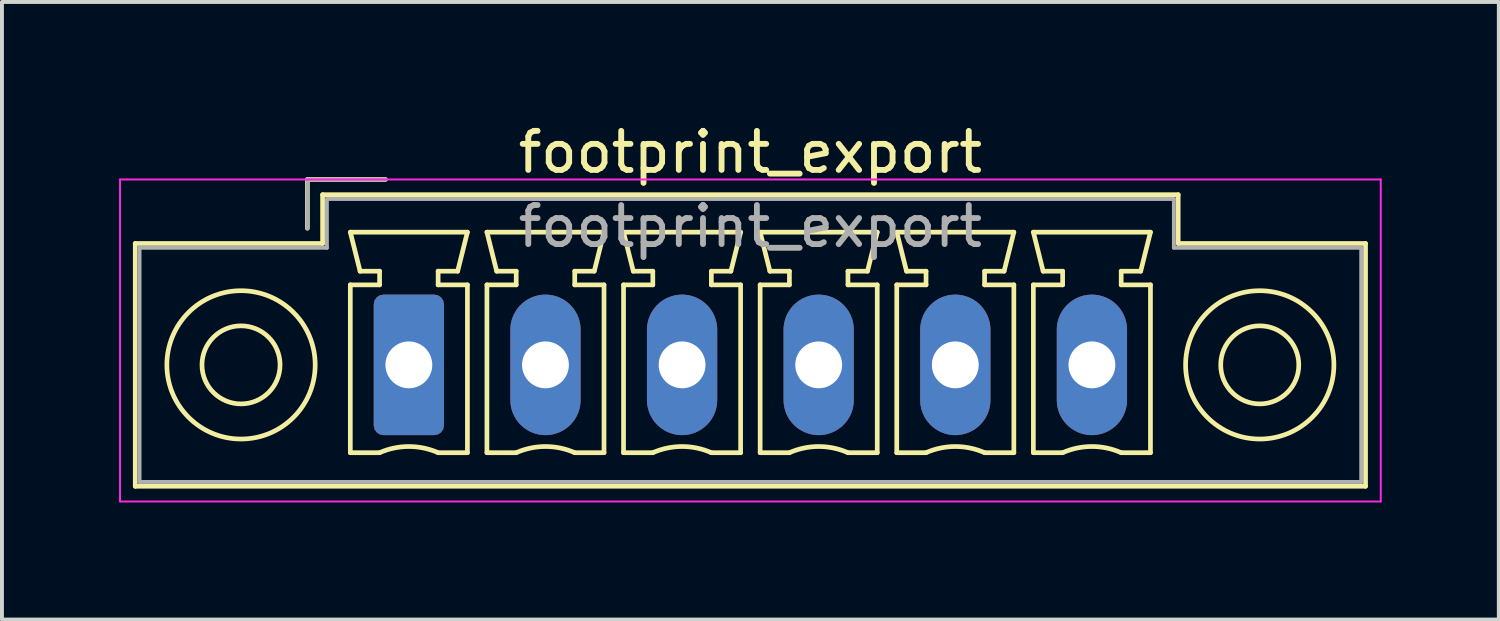
<source format=kicad_pcb>
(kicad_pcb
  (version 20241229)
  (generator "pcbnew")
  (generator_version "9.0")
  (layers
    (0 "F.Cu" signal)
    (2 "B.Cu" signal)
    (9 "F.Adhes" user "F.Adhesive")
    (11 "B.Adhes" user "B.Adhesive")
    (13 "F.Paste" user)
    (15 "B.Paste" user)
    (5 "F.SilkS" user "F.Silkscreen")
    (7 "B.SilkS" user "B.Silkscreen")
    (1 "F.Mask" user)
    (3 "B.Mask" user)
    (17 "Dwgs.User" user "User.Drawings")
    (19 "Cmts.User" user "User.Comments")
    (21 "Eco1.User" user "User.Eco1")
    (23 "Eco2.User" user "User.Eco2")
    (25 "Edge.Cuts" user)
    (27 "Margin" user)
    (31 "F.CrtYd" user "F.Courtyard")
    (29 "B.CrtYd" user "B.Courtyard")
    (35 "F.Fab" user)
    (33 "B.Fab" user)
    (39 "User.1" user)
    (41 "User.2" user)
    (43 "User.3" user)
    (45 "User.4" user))
  (footprint "footprint_export"
    (layer "F.Cu")
    (at 7.425 6.298)
    (property "Reference" "footprint_export" (at 8.75 -5.45 0) (layer "F.SilkS") (effects (font (size 1 1) (thickness 0.15))))
    (attr through_hole)
    (fp_line (start -7.01 -3.11) (end -7.01 3.11) (stroke (width 0.12) (type solid)) (layer "F.SilkS"))
    (fp_line (start -7.01 3.11) (end 24.51 3.11) (stroke (width 0.12) (type solid)) (layer "F.SilkS"))
    (fp_line (start -2.6 -4.75) (end -0.6 -4.75) (stroke (width 0.12) (type solid)) (layer "F.SilkS"))
    (fp_line (start -2.6 -3.5) (end -2.6 -4.75) (stroke (width 0.12) (type solid)) (layer "F.SilkS"))
    (fp_line (start -2.21 -4.36) (end -2.21 -3.11) (stroke (width 0.12) (type solid)) (layer "F.SilkS"))
    (fp_line (start -2.21 -3.11) (end -7.01 -3.11) (stroke (width 0.12) (type solid)) (layer "F.SilkS"))
    (fp_line (start -1.5 -3.4) (end 1.5 -3.4) (stroke (width 0.12) (type solid)) (layer "F.SilkS"))
    (fp_line (start -1.5 -2.05) (end -0.75 -2.05) (stroke (width 0.12) (type solid)) (layer "F.SilkS"))
    (fp_line (start -1.5 2.25) (end -1.5 -2.05) (stroke (width 0.12) (type solid)) (layer "F.SilkS"))
    (fp_line (start -1.25 -2.4) (end -1.5 -3.4) (stroke (width 0.12) (type solid)) (layer "F.SilkS"))
    (fp_line (start -0.75 -2.4) (end -1.25 -2.4) (stroke (width 0.12) (type solid)) (layer "F.SilkS"))
    (fp_line (start -0.75 -2.05) (end -0.75 -2.4) (stroke (width 0.12) (type solid)) (layer "F.SilkS"))
    (fp_line (start -0.75 2.25) (end -1.5 2.25) (stroke (width 0.12) (type solid)) (layer "F.SilkS"))
    (fp_line (start 0.75 -2.4) (end 0.75 -2.05) (stroke (width 0.12) (type solid)) (layer "F.SilkS"))
    (fp_line (start 0.75 -2.05) (end 1.5 -2.05) (stroke (width 0.12) (type solid)) (layer "F.SilkS"))
    (fp_line (start 1.25 -2.4) (end 0.75 -2.4) (stroke (width 0.12) (type solid)) (layer "F.SilkS"))
    (fp_line (start 1.5 -3.4) (end 1.25 -2.4) (stroke (width 0.12) (type solid)) (layer "F.SilkS"))
    (fp_line (start 1.5 -2.05) (end 1.5 2.25) (stroke (width 0.12) (type solid)) (layer "F.SilkS"))
    (fp_line (start 1.5 2.25) (end 0.75 2.25) (stroke (width 0.12) (type solid)) (layer "F.SilkS"))
    (fp_line (start 2 -3.4) (end 5 -3.4) (stroke (width 0.12) (type solid)) (layer "F.SilkS"))
    (fp_line (start 2 -2.05) (end 2.75 -2.05) (stroke (width 0.12) (type solid)) (layer "F.SilkS"))
    (fp_line (start 2 2.25) (end 2 -2.05) (stroke (width 0.12) (type solid)) (layer "F.SilkS"))
    (fp_line (start 2.25 -2.4) (end 2 -3.4) (stroke (width 0.12) (type solid)) (layer "F.SilkS"))
    (fp_line (start 2.75 -2.4) (end 2.25 -2.4) (stroke (width 0.12) (type solid)) (layer "F.SilkS"))
    (fp_line (start 2.75 -2.05) (end 2.75 -2.4) (stroke (width 0.12) (type solid)) (layer "F.SilkS"))
    (fp_line (start 2.75 2.25) (end 2 2.25) (stroke (width 0.12) (type solid)) (layer "F.SilkS"))
    (fp_line (start 4.25 -2.4) (end 4.25 -2.05) (stroke (width 0.12) (type solid)) (layer "F.SilkS"))
    (fp_line (start 4.25 -2.05) (end 5 -2.05) (stroke (width 0.12) (type solid)) (layer "F.SilkS"))
    (fp_line (start 4.75 -2.4) (end 4.25 -2.4) (stroke (width 0.12) (type solid)) (layer "F.SilkS"))
    (fp_line (start 5 -3.4) (end 4.75 -2.4) (stroke (width 0.12) (type solid)) (layer "F.SilkS"))
    (fp_line (start 5 -2.05) (end 5 2.25) (stroke (width 0.12) (type solid)) (layer "F.SilkS"))
    (fp_line (start 5 2.25) (end 4.25 2.25) (stroke (width 0.12) (type solid)) (layer "F.SilkS"))
    (fp_line (start 5.5 -3.4) (end 8.5 -3.4) (stroke (width 0.12) (type solid)) (layer "F.SilkS"))
    (fp_line (start 5.5 -2.05) (end 6.25 -2.05) (stroke (width 0.12) (type solid)) (layer "F.SilkS"))
    (fp_line (start 5.5 2.25) (end 5.5 -2.05) (stroke (width 0.12) (type solid)) (layer "F.SilkS"))
    (fp_line (start 5.75 -2.4) (end 5.5 -3.4) (stroke (width 0.12) (type solid)) (layer "F.SilkS"))
    (fp_line (start 6.25 -2.4) (end 5.75 -2.4) (stroke (width 0.12) (type solid)) (layer "F.SilkS"))
    (fp_line (start 6.25 -2.05) (end 6.25 -2.4) (stroke (width 0.12) (type solid)) (layer "F.SilkS"))
    (fp_line (start 6.25 2.25) (end 5.5 2.25) (stroke (width 0.12) (type solid)) (layer "F.SilkS"))
    (fp_line (start 7.75 -2.4) (end 7.75 -2.05) (stroke (width 0.12) (type solid)) (layer "F.SilkS"))
    (fp_line (start 7.75 -2.05) (end 8.5 -2.05) (stroke (width 0.12) (type solid)) (layer "F.SilkS"))
    (fp_line (start 8.25 -2.4) (end 7.75 -2.4) (stroke (width 0.12) (type solid)) (layer "F.SilkS"))
    (fp_line (start 8.5 -3.4) (end 8.25 -2.4) (stroke (width 0.12) (type solid)) (layer "F.SilkS"))
    (fp_line (start 8.5 -2.05) (end 8.5 2.25) (stroke (width 0.12) (type solid)) (layer "F.SilkS"))
    (fp_line (start 8.5 2.25) (end 7.75 2.25) (stroke (width 0.12) (type solid)) (layer "F.SilkS"))
    (fp_line (start 9 -3.4) (end 12 -3.4) (stroke (width 0.12) (type solid)) (layer "F.SilkS"))
    (fp_line (start 9 -2.05) (end 9.75 -2.05) (stroke (width 0.12) (type solid)) (layer "F.SilkS"))
    (fp_line (start 9 2.25) (end 9 -2.05) (stroke (width 0.12) (type solid)) (layer "F.SilkS"))
    (fp_line (start 9.25 -2.4) (end 9 -3.4) (stroke (width 0.12) (type solid)) (layer "F.SilkS"))
    (fp_line (start 9.75 -2.4) (end 9.25 -2.4) (stroke (width 0.12) (type solid)) (layer "F.SilkS"))
    (fp_line (start 9.75 -2.05) (end 9.75 -2.4) (stroke (width 0.12) (type solid)) (layer "F.SilkS"))
    (fp_line (start 9.75 2.25) (end 9 2.25) (stroke (width 0.12) (type solid)) (layer "F.SilkS"))
    (fp_line (start 11.25 -2.4) (end 11.25 -2.05) (stroke (width 0.12) (type solid)) (layer "F.SilkS"))
    (fp_line (start 11.25 -2.05) (end 12 -2.05) (stroke (width 0.12) (type solid)) (layer "F.SilkS"))
    (fp_line (start 11.75 -2.4) (end 11.25 -2.4) (stroke (width 0.12) (type solid)) (layer "F.SilkS"))
    (fp_line (start 12 -3.4) (end 11.75 -2.4) (stroke (width 0.12) (type solid)) (layer "F.SilkS"))
    (fp_line (start 12 -2.05) (end 12 2.25) (stroke (width 0.12) (type solid)) (layer "F.SilkS"))
    (fp_line (start 12 2.25) (end 11.25 2.25) (stroke (width 0.12) (type solid)) (layer "F.SilkS"))
    (fp_line (start 12.5 -3.4) (end 15.5 -3.4) (stroke (width 0.12) (type solid)) (layer "F.SilkS"))
    (fp_line (start 12.5 -2.05) (end 13.25 -2.05) (stroke (width 0.12) (type solid)) (layer "F.SilkS"))
    (fp_line (start 12.5 2.25) (end 12.5 -2.05) (stroke (width 0.12) (type solid)) (layer "F.SilkS"))
    (fp_line (start 12.75 -2.4) (end 12.5 -3.4) (stroke (width 0.12) (type solid)) (layer "F.SilkS"))
    (fp_line (start 13.25 -2.4) (end 12.75 -2.4) (stroke (width 0.12) (type solid)) (layer "F.SilkS"))
    (fp_line (start 13.25 -2.05) (end 13.25 -2.4) (stroke (width 0.12) (type solid)) (layer "F.SilkS"))
    (fp_line (start 13.25 2.25) (end 12.5 2.25) (stroke (width 0.12) (type solid)) (layer "F.SilkS"))
    (fp_line (start 14.75 -2.4) (end 14.75 -2.05) (stroke (width 0.12) (type solid)) (layer "F.SilkS"))
    (fp_line (start 14.75 -2.05) (end 15.5 -2.05) (stroke (width 0.12) (type solid)) (layer "F.SilkS"))
    (fp_line (start 15.25 -2.4) (end 14.75 -2.4) (stroke (width 0.12) (type solid)) (layer "F.SilkS"))
    (fp_line (start 15.5 -3.4) (end 15.25 -2.4) (stroke (width 0.12) (type solid)) (layer "F.SilkS"))
    (fp_line (start 15.5 -2.05) (end 15.5 2.25) (stroke (width 0.12) (type solid)) (layer "F.SilkS"))
    (fp_line (start 15.5 2.25) (end 14.75 2.25) (stroke (width 0.12) (type solid)) (layer "F.SilkS"))
    (fp_line (start 16 -3.4) (end 19 -3.4) (stroke (width 0.12) (type solid)) (layer "F.SilkS"))
    (fp_line (start 16 -2.05) (end 16.75 -2.05) (stroke (width 0.12) (type solid)) (layer "F.SilkS"))
    (fp_line (start 16 2.25) (end 16 -2.05) (stroke (width 0.12) (type solid)) (layer "F.SilkS"))
    (fp_line (start 16.25 -2.4) (end 16 -3.4) (stroke (width 0.12) (type solid)) (layer "F.SilkS"))
    (fp_line (start 16.75 -2.4) (end 16.25 -2.4) (stroke (width 0.12) (type solid)) (layer "F.SilkS"))
    (fp_line (start 16.75 -2.05) (end 16.75 -2.4) (stroke (width 0.12) (type solid)) (layer "F.SilkS"))
    (fp_line (start 16.75 2.25) (end 16 2.25) (stroke (width 0.12) (type solid)) (layer "F.SilkS"))
    (fp_line (start 18.25 -2.4) (end 18.25 -2.05) (stroke (width 0.12) (type solid)) (layer "F.SilkS"))
    (fp_line (start 18.25 -2.05) (end 19 -2.05) (stroke (width 0.12) (type solid)) (layer "F.SilkS"))
    (fp_line (start 18.75 -2.4) (end 18.25 -2.4) (stroke (width 0.12) (type solid)) (layer "F.SilkS"))
    (fp_line (start 19 -3.4) (end 18.75 -2.4) (stroke (width 0.12) (type solid)) (layer "F.SilkS"))
    (fp_line (start 19 -2.05) (end 19 2.25) (stroke (width 0.12) (type solid)) (layer "F.SilkS"))
    (fp_line (start 19 2.25) (end 18.25 2.25) (stroke (width 0.12) (type solid)) (layer "F.SilkS"))
    (fp_line (start 19.71 -4.36) (end -2.21 -4.36) (stroke (width 0.12) (type solid)) (layer "F.SilkS"))
    (fp_line (start 19.71 -3.11) (end 19.71 -4.36) (stroke (width 0.12) (type solid)) (layer "F.SilkS"))
    (fp_line (start 24.51 -3.11) (end 19.71 -3.11) (stroke (width 0.12) (type solid)) (layer "F.SilkS"))
    (fp_line (start 24.51 3.11) (end 24.51 -3.11) (stroke (width 0.12) (type solid)) (layer "F.SilkS"))
    (fp_arc (start -0.75 2.25) (mid -0.000193 2.09191) (end 0.749647 2.249844) (stroke (width 0.12) (type solid)) (layer "F.SilkS"))
    (fp_arc (start 2.75 2.25) (mid 3.499807 2.09191) (end 4.249647 2.249844) (stroke (width 0.12) (type solid)) (layer "F.SilkS"))
    (fp_arc (start 6.25 2.25) (mid 6.999807 2.09191) (end 7.749647 2.249844) (stroke (width 0.12) (type solid)) (layer "F.SilkS"))
    (fp_arc (start 9.75 2.25) (mid 10.499807 2.09191) (end 11.249647 2.249844) (stroke (width 0.12) (type solid)) (layer "F.SilkS"))
    (fp_arc (start 13.25 2.25) (mid 13.999807 2.09191) (end 14.749647 2.249844) (stroke (width 0.12) (type solid)) (layer "F.SilkS"))
    (fp_arc (start 16.75 2.25) (mid 17.499807 2.09191) (end 18.249647 2.249844) (stroke (width 0.12) (type solid)) (layer "F.SilkS"))
    (fp_circle (center -4.3 0) (end -3.3 0) (stroke (width 0.12) (type solid)) (fill no) (layer "F.SilkS"))
    (fp_circle (center -4.3 0) (end -2.4 0) (stroke (width 0.12) (type solid)) (fill no) (layer "F.SilkS"))
    (fp_circle (center 21.8 0) (end 22.8 0) (stroke (width 0.12) (type solid)) (fill no) (layer "F.SilkS"))
    (fp_circle (center 21.8 0) (end 23.7 0) (stroke (width 0.12) (type solid)) (fill no) (layer "F.SilkS"))
    (fp_line (start -7.4 -4.75) (end -7.4 3.5) (stroke (width 0.05) (type solid)) (layer "F.CrtYd"))
    (fp_line (start -7.4 3.5) (end 24.9 3.5) (stroke (width 0.05) (type solid)) (layer "F.CrtYd"))
    (fp_line (start 24.9 -4.75) (end -7.4 -4.75) (stroke (width 0.05) (type solid)) (layer "F.CrtYd"))
    (fp_line (start 24.9 3.5) (end 24.9 -4.75) (stroke (width 0.05) (type solid)) (layer "F.CrtYd"))
    (fp_line (start -6.9 -3) (end -6.9 3) (stroke (width 0.1) (type solid)) (layer "F.Fab"))
    (fp_line (start -6.9 3) (end 24.4 3) (stroke (width 0.1) (type solid)) (layer "F.Fab"))
    (fp_line (start -2.6 -4.75) (end -0.6 -4.75) (stroke (width 0.1) (type solid)) (layer "F.Fab"))
    (fp_line (start -2.6 -3.5) (end -2.6 -4.75) (stroke (width 0.1) (type solid)) (layer "F.Fab"))
    (fp_line (start -2.1 -4.25) (end -2.1 -3) (stroke (width 0.1) (type solid)) (layer "F.Fab"))
    (fp_line (start -2.1 -3) (end -6.9 -3) (stroke (width 0.1) (type solid)) (layer "F.Fab"))
    (fp_line (start 19.6 -4.25) (end -2.1 -4.25) (stroke (width 0.1) (type solid)) (layer "F.Fab"))
    (fp_line (start 19.6 -3) (end 19.6 -4.25) (stroke (width 0.1) (type solid)) (layer "F.Fab"))
    (fp_line (start 24.4 -3) (end 19.6 -3) (stroke (width 0.1) (type solid)) (layer "F.Fab"))
    (fp_line (start 24.4 3) (end 24.4 -3) (stroke (width 0.1) (type solid)) (layer "F.Fab"))
    (fp_text user "${REFERENCE}" (at 8.75 -3.55 0) (layer "F.Fab") (effects (font (size 1 1) (thickness 0.15))))
    (pad "1" thru_hole roundrect (at 0 0) (size 1.8 3.6) (drill 1.2) (layers "*.Cu" "*.Mask") (roundrect_rratio 0.139))
    (pad "2" thru_hole oval (at 3.5 0) (size 1.8 3.6) (drill 1.2) (layers "*.Cu" "*.Mask"))
    (pad "3" thru_hole oval (at 7 0) (size 1.8 3.6) (drill 1.2) (layers "*.Cu" "*.Mask"))
    (pad "4" thru_hole oval (at 10.5 0) (size 1.8 3.6) (drill 1.2) (layers "*.Cu" "*.Mask"))
    (pad "5" thru_hole oval (at 14 0) (size 1.8 3.6) (drill 1.2) (layers "*.Cu" "*.Mask"))
    (pad "6" thru_hole oval (at 17.5 0) (size 1.8 3.6) (drill 1.2) (layers "*.Cu" "*.Mask")))
  (gr_rect
    (start -3 -3)
    (end 35.35 12.823)
    (stroke (width 0.1) (type default))
    (fill no)
    (layer "Edge.Cuts")))
</source>
